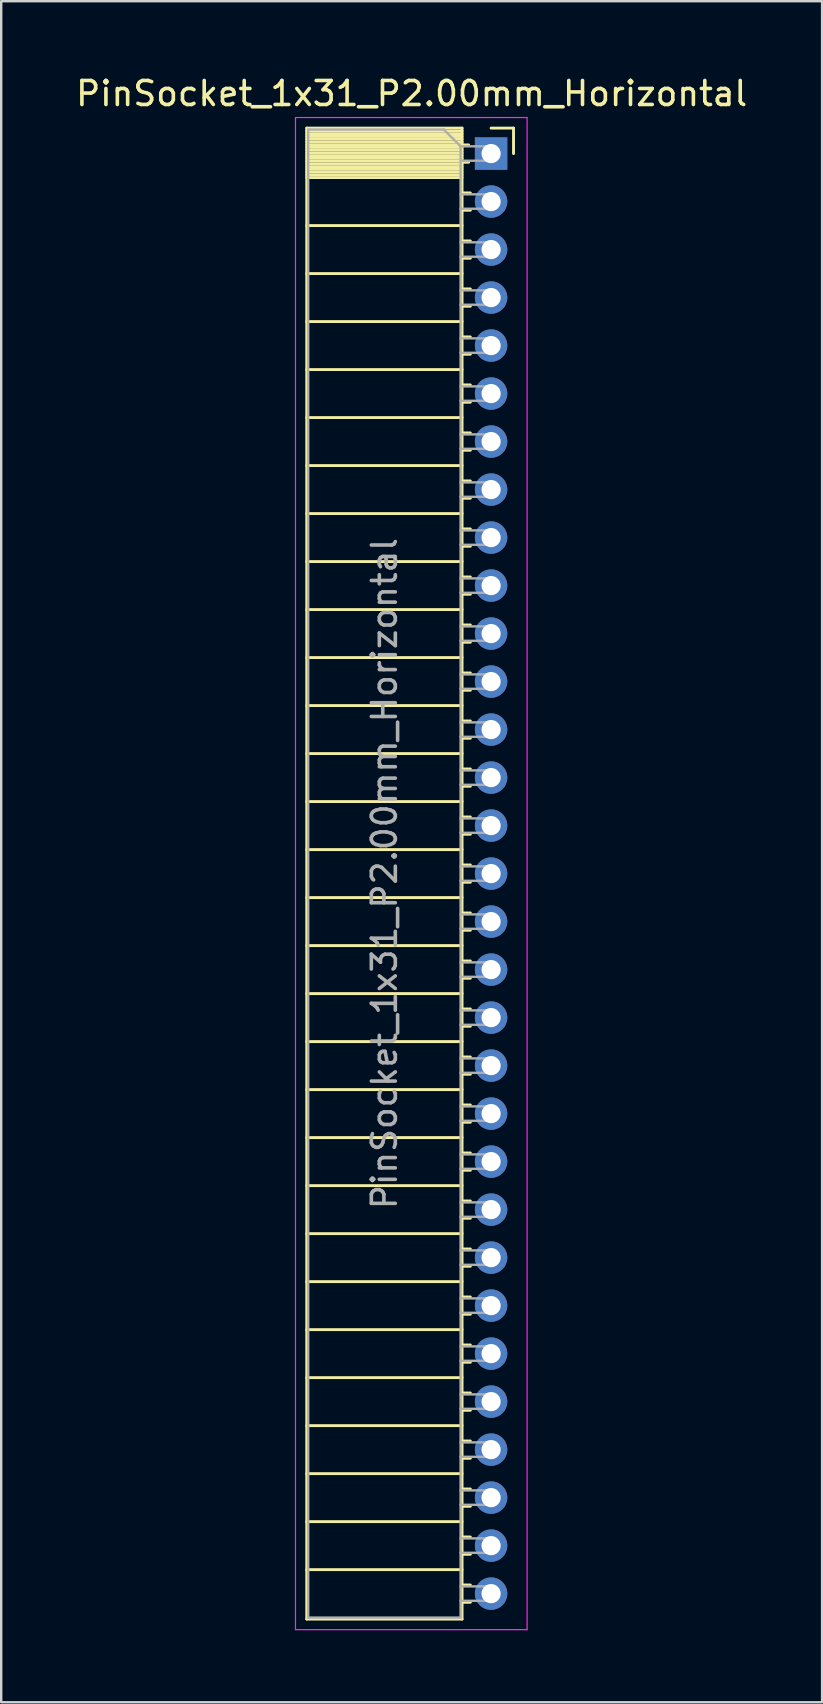
<source format=kicad_pcb>
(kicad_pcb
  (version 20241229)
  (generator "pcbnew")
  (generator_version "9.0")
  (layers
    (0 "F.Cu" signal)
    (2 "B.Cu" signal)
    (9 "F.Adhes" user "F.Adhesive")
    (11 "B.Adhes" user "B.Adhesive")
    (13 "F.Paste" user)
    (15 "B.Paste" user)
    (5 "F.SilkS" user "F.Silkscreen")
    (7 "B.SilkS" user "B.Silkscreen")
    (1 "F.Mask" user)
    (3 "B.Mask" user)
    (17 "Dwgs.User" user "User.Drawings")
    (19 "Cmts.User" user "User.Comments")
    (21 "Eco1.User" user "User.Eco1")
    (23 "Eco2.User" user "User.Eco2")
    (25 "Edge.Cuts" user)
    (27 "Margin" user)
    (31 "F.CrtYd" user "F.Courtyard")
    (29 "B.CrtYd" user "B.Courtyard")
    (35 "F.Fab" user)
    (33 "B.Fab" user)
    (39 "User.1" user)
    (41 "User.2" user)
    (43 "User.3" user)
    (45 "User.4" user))
  (footprint "PinSocket_1x31_P2.00mm_Horizontal"
    (layer "F.Cu")
    (at 17.411 3.348)
    (property "Reference" "PinSocket_1x31_P2.00mm_Horizontal" (at -3.31 -2.5 0) (layer "F.SilkS") (effects (font (size 1 1) (thickness 0.15))))
    (attr through_hole)
    (fp_line (start -7.68 -1.06) (end -7.68 61.06) (stroke (width 0.12) (type solid)) (layer "F.SilkS"))
    (fp_line (start -7.68 -1.06) (end -1.21 -1.06) (stroke (width 0.12) (type solid)) (layer "F.SilkS"))
    (fp_line (start -7.68 -0.94) (end -1.21 -0.94) (stroke (width 0.12) (type solid)) (layer "F.SilkS"))
    (fp_line (start -7.68 -0.826) (end -1.21 -0.826) (stroke (width 0.12) (type solid)) (layer "F.SilkS"))
    (fp_line (start -7.68 -0.712) (end -1.21 -0.712) (stroke (width 0.12) (type solid)) (layer "F.SilkS"))
    (fp_line (start -7.68 -0.598) (end -1.21 -0.598) (stroke (width 0.12) (type solid)) (layer "F.SilkS"))
    (fp_line (start -7.68 -0.484) (end -1.21 -0.484) (stroke (width 0.12) (type solid)) (layer "F.SilkS"))
    (fp_line (start -7.68 -0.369) (end -1.21 -0.369) (stroke (width 0.12) (type solid)) (layer "F.SilkS"))
    (fp_line (start -7.68 -0.255) (end -1.21 -0.255) (stroke (width 0.12) (type solid)) (layer "F.SilkS"))
    (fp_line (start -7.68 -0.141) (end -1.21 -0.141) (stroke (width 0.12) (type solid)) (layer "F.SilkS"))
    (fp_line (start -7.68 -0.027) (end -1.21 -0.027) (stroke (width 0.12) (type solid)) (layer "F.SilkS"))
    (fp_line (start -7.68 0.087) (end -1.21 0.087) (stroke (width 0.12) (type solid)) (layer "F.SilkS"))
    (fp_line (start -7.68 0.201) (end -1.21 0.201) (stroke (width 0.12) (type solid)) (layer "F.SilkS"))
    (fp_line (start -7.68 0.315) (end -1.21 0.315) (stroke (width 0.12) (type solid)) (layer "F.SilkS"))
    (fp_line (start -7.68 0.429) (end -1.21 0.429) (stroke (width 0.12) (type solid)) (layer "F.SilkS"))
    (fp_line (start -7.68 0.544) (end -1.21 0.544) (stroke (width 0.12) (type solid)) (layer "F.SilkS"))
    (fp_line (start -7.68 0.658) (end -1.21 0.658) (stroke (width 0.12) (type solid)) (layer "F.SilkS"))
    (fp_line (start -7.68 0.772) (end -1.21 0.772) (stroke (width 0.12) (type solid)) (layer "F.SilkS"))
    (fp_line (start -7.68 0.886) (end -1.21 0.886) (stroke (width 0.12) (type solid)) (layer "F.SilkS"))
    (fp_line (start -7.68 1) (end -1.21 1) (stroke (width 0.12) (type solid)) (layer "F.SilkS"))
    (fp_line (start -7.68 3) (end -1.21 3) (stroke (width 0.12) (type solid)) (layer "F.SilkS"))
    (fp_line (start -7.68 5) (end -1.21 5) (stroke (width 0.12) (type solid)) (layer "F.SilkS"))
    (fp_line (start -7.68 7) (end -1.21 7) (stroke (width 0.12) (type solid)) (layer "F.SilkS"))
    (fp_line (start -7.68 9) (end -1.21 9) (stroke (width 0.12) (type solid)) (layer "F.SilkS"))
    (fp_line (start -7.68 11) (end -1.21 11) (stroke (width 0.12) (type solid)) (layer "F.SilkS"))
    (fp_line (start -7.68 13) (end -1.21 13) (stroke (width 0.12) (type solid)) (layer "F.SilkS"))
    (fp_line (start -7.68 15) (end -1.21 15) (stroke (width 0.12) (type solid)) (layer "F.SilkS"))
    (fp_line (start -7.68 17) (end -1.21 17) (stroke (width 0.12) (type solid)) (layer "F.SilkS"))
    (fp_line (start -7.68 19) (end -1.21 19) (stroke (width 0.12) (type solid)) (layer "F.SilkS"))
    (fp_line (start -7.68 21) (end -1.21 21) (stroke (width 0.12) (type solid)) (layer "F.SilkS"))
    (fp_line (start -7.68 23) (end -1.21 23) (stroke (width 0.12) (type solid)) (layer "F.SilkS"))
    (fp_line (start -7.68 25) (end -1.21 25) (stroke (width 0.12) (type solid)) (layer "F.SilkS"))
    (fp_line (start -7.68 27) (end -1.21 27) (stroke (width 0.12) (type solid)) (layer "F.SilkS"))
    (fp_line (start -7.68 29) (end -1.21 29) (stroke (width 0.12) (type solid)) (layer "F.SilkS"))
    (fp_line (start -7.68 31) (end -1.21 31) (stroke (width 0.12) (type solid)) (layer "F.SilkS"))
    (fp_line (start -7.68 33) (end -1.21 33) (stroke (width 0.12) (type solid)) (layer "F.SilkS"))
    (fp_line (start -7.68 35) (end -1.21 35) (stroke (width 0.12) (type solid)) (layer "F.SilkS"))
    (fp_line (start -7.68 37) (end -1.21 37) (stroke (width 0.12) (type solid)) (layer "F.SilkS"))
    (fp_line (start -7.68 39) (end -1.21 39) (stroke (width 0.12) (type solid)) (layer "F.SilkS"))
    (fp_line (start -7.68 41) (end -1.21 41) (stroke (width 0.12) (type solid)) (layer "F.SilkS"))
    (fp_line (start -7.68 43) (end -1.21 43) (stroke (width 0.12) (type solid)) (layer "F.SilkS"))
    (fp_line (start -7.68 45) (end -1.21 45) (stroke (width 0.12) (type solid)) (layer "F.SilkS"))
    (fp_line (start -7.68 47) (end -1.21 47) (stroke (width 0.12) (type solid)) (layer "F.SilkS"))
    (fp_line (start -7.68 49) (end -1.21 49) (stroke (width 0.12) (type solid)) (layer "F.SilkS"))
    (fp_line (start -7.68 51) (end -1.21 51) (stroke (width 0.12) (type solid)) (layer "F.SilkS"))
    (fp_line (start -7.68 53) (end -1.21 53) (stroke (width 0.12) (type solid)) (layer "F.SilkS"))
    (fp_line (start -7.68 55) (end -1.21 55) (stroke (width 0.12) (type solid)) (layer "F.SilkS"))
    (fp_line (start -7.68 57) (end -1.21 57) (stroke (width 0.12) (type solid)) (layer "F.SilkS"))
    (fp_line (start -7.68 59) (end -1.21 59) (stroke (width 0.12) (type solid)) (layer "F.SilkS"))
    (fp_line (start -7.68 61.06) (end -1.21 61.06) (stroke (width 0.12) (type solid)) (layer "F.SilkS"))
    (fp_line (start -1.21 -1.06) (end -1.21 61.06) (stroke (width 0.12) (type solid)) (layer "F.SilkS"))
    (fp_line (start -1.21 -0.36) (end -0.935 -0.36) (stroke (width 0.12) (type solid)) (layer "F.SilkS"))
    (fp_line (start -1.21 0.36) (end -0.935 0.36) (stroke (width 0.12) (type solid)) (layer "F.SilkS"))
    (fp_line (start -1.21 1.64) (end -0.863 1.64) (stroke (width 0.12) (type solid)) (layer "F.SilkS"))
    (fp_line (start -1.21 2.36) (end -0.863 2.36) (stroke (width 0.12) (type solid)) (layer "F.SilkS"))
    (fp_line (start -1.21 3.64) (end -0.863 3.64) (stroke (width 0.12) (type solid)) (layer "F.SilkS"))
    (fp_line (start -1.21 4.36) (end -0.863 4.36) (stroke (width 0.12) (type solid)) (layer "F.SilkS"))
    (fp_line (start -1.21 5.64) (end -0.863 5.64) (stroke (width 0.12) (type solid)) (layer "F.SilkS"))
    (fp_line (start -1.21 6.36) (end -0.863 6.36) (stroke (width 0.12) (type solid)) (layer "F.SilkS"))
    (fp_line (start -1.21 7.64) (end -0.863 7.64) (stroke (width 0.12) (type solid)) (layer "F.SilkS"))
    (fp_line (start -1.21 8.36) (end -0.863 8.36) (stroke (width 0.12) (type solid)) (layer "F.SilkS"))
    (fp_line (start -1.21 9.64) (end -0.863 9.64) (stroke (width 0.12) (type solid)) (layer "F.SilkS"))
    (fp_line (start -1.21 10.36) (end -0.863 10.36) (stroke (width 0.12) (type solid)) (layer "F.SilkS"))
    (fp_line (start -1.21 11.64) (end -0.863 11.64) (stroke (width 0.12) (type solid)) (layer "F.SilkS"))
    (fp_line (start -1.21 12.36) (end -0.863 12.36) (stroke (width 0.12) (type solid)) (layer "F.SilkS"))
    (fp_line (start -1.21 13.64) (end -0.863 13.64) (stroke (width 0.12) (type solid)) (layer "F.SilkS"))
    (fp_line (start -1.21 14.36) (end -0.863 14.36) (stroke (width 0.12) (type solid)) (layer "F.SilkS"))
    (fp_line (start -1.21 15.64) (end -0.863 15.64) (stroke (width 0.12) (type solid)) (layer "F.SilkS"))
    (fp_line (start -1.21 16.36) (end -0.863 16.36) (stroke (width 0.12) (type solid)) (layer "F.SilkS"))
    (fp_line (start -1.21 17.64) (end -0.863 17.64) (stroke (width 0.12) (type solid)) (layer "F.SilkS"))
    (fp_line (start -1.21 18.36) (end -0.863 18.36) (stroke (width 0.12) (type solid)) (layer "F.SilkS"))
    (fp_line (start -1.21 19.64) (end -0.863 19.64) (stroke (width 0.12) (type solid)) (layer "F.SilkS"))
    (fp_line (start -1.21 20.36) (end -0.863 20.36) (stroke (width 0.12) (type solid)) (layer "F.SilkS"))
    (fp_line (start -1.21 21.64) (end -0.863 21.64) (stroke (width 0.12) (type solid)) (layer "F.SilkS"))
    (fp_line (start -1.21 22.36) (end -0.863 22.36) (stroke (width 0.12) (type solid)) (layer "F.SilkS"))
    (fp_line (start -1.21 23.64) (end -0.863 23.64) (stroke (width 0.12) (type solid)) (layer "F.SilkS"))
    (fp_line (start -1.21 24.36) (end -0.863 24.36) (stroke (width 0.12) (type solid)) (layer "F.SilkS"))
    (fp_line (start -1.21 25.64) (end -0.863 25.64) (stroke (width 0.12) (type solid)) (layer "F.SilkS"))
    (fp_line (start -1.21 26.36) (end -0.863 26.36) (stroke (width 0.12) (type solid)) (layer "F.SilkS"))
    (fp_line (start -1.21 27.64) (end -0.863 27.64) (stroke (width 0.12) (type solid)) (layer "F.SilkS"))
    (fp_line (start -1.21 28.36) (end -0.863 28.36) (stroke (width 0.12) (type solid)) (layer "F.SilkS"))
    (fp_line (start -1.21 29.64) (end -0.863 29.64) (stroke (width 0.12) (type solid)) (layer "F.SilkS"))
    (fp_line (start -1.21 30.36) (end -0.863 30.36) (stroke (width 0.12) (type solid)) (layer "F.SilkS"))
    (fp_line (start -1.21 31.64) (end -0.863 31.64) (stroke (width 0.12) (type solid)) (layer "F.SilkS"))
    (fp_line (start -1.21 32.36) (end -0.863 32.36) (stroke (width 0.12) (type solid)) (layer "F.SilkS"))
    (fp_line (start -1.21 33.64) (end -0.863 33.64) (stroke (width 0.12) (type solid)) (layer "F.SilkS"))
    (fp_line (start -1.21 34.36) (end -0.863 34.36) (stroke (width 0.12) (type solid)) (layer "F.SilkS"))
    (fp_line (start -1.21 35.64) (end -0.863 35.64) (stroke (width 0.12) (type solid)) (layer "F.SilkS"))
    (fp_line (start -1.21 36.36) (end -0.863 36.36) (stroke (width 0.12) (type solid)) (layer "F.SilkS"))
    (fp_line (start -1.21 37.64) (end -0.863 37.64) (stroke (width 0.12) (type solid)) (layer "F.SilkS"))
    (fp_line (start -1.21 38.36) (end -0.863 38.36) (stroke (width 0.12) (type solid)) (layer "F.SilkS"))
    (fp_line (start -1.21 39.64) (end -0.863 39.64) (stroke (width 0.12) (type solid)) (layer "F.SilkS"))
    (fp_line (start -1.21 40.36) (end -0.863 40.36) (stroke (width 0.12) (type solid)) (layer "F.SilkS"))
    (fp_line (start -1.21 41.64) (end -0.863 41.64) (stroke (width 0.12) (type solid)) (layer "F.SilkS"))
    (fp_line (start -1.21 42.36) (end -0.863 42.36) (stroke (width 0.12) (type solid)) (layer "F.SilkS"))
    (fp_line (start -1.21 43.64) (end -0.863 43.64) (stroke (width 0.12) (type solid)) (layer "F.SilkS"))
    (fp_line (start -1.21 44.36) (end -0.863 44.36) (stroke (width 0.12) (type solid)) (layer "F.SilkS"))
    (fp_line (start -1.21 45.64) (end -0.863 45.64) (stroke (width 0.12) (type solid)) (layer "F.SilkS"))
    (fp_line (start -1.21 46.36) (end -0.863 46.36) (stroke (width 0.12) (type solid)) (layer "F.SilkS"))
    (fp_line (start -1.21 47.64) (end -0.863 47.64) (stroke (width 0.12) (type solid)) (layer "F.SilkS"))
    (fp_line (start -1.21 48.36) (end -0.863 48.36) (stroke (width 0.12) (type solid)) (layer "F.SilkS"))
    (fp_line (start -1.21 49.64) (end -0.863 49.64) (stroke (width 0.12) (type solid)) (layer "F.SilkS"))
    (fp_line (start -1.21 50.36) (end -0.863 50.36) (stroke (width 0.12) (type solid)) (layer "F.SilkS"))
    (fp_line (start -1.21 51.64) (end -0.863 51.64) (stroke (width 0.12) (type solid)) (layer "F.SilkS"))
    (fp_line (start -1.21 52.36) (end -0.863 52.36) (stroke (width 0.12) (type solid)) (layer "F.SilkS"))
    (fp_line (start -1.21 53.64) (end -0.863 53.64) (stroke (width 0.12) (type solid)) (layer "F.SilkS"))
    (fp_line (start -1.21 54.36) (end -0.863 54.36) (stroke (width 0.12) (type solid)) (layer "F.SilkS"))
    (fp_line (start -1.21 55.64) (end -0.863 55.64) (stroke (width 0.12) (type solid)) (layer "F.SilkS"))
    (fp_line (start -1.21 56.36) (end -0.863 56.36) (stroke (width 0.12) (type solid)) (layer "F.SilkS"))
    (fp_line (start -1.21 57.64) (end -0.863 57.64) (stroke (width 0.12) (type solid)) (layer "F.SilkS"))
    (fp_line (start -1.21 58.36) (end -0.863 58.36) (stroke (width 0.12) (type solid)) (layer "F.SilkS"))
    (fp_line (start -1.21 59.64) (end -0.863 59.64) (stroke (width 0.12) (type solid)) (layer "F.SilkS"))
    (fp_line (start -1.21 60.36) (end -0.863 60.36) (stroke (width 0.12) (type solid)) (layer "F.SilkS"))
    (fp_line (start 0 -1.06) (end 0.935 -1.06) (stroke (width 0.12) (type solid)) (layer "F.SilkS"))
    (fp_line (start 0.935 -1.06) (end 0.935 0) (stroke (width 0.12) (type solid)) (layer "F.SilkS"))
    (fp_line (start -8.15 -1.5) (end -8.15 61.5) (stroke (width 0.05) (type solid)) (layer "F.CrtYd"))
    (fp_line (start -8.15 61.5) (end 1.5 61.5) (stroke (width 0.05) (type solid)) (layer "F.CrtYd"))
    (fp_line (start 1.5 -1.5) (end -8.15 -1.5) (stroke (width 0.05) (type solid)) (layer "F.CrtYd"))
    (fp_line (start 1.5 61.5) (end 1.5 -1.5) (stroke (width 0.05) (type solid)) (layer "F.CrtYd"))
    (fp_line (start -7.62 -1) (end -1.97 -1) (stroke (width 0.1) (type solid)) (layer "F.Fab"))
    (fp_line (start -7.62 61) (end -7.62 -1) (stroke (width 0.1) (type solid)) (layer "F.Fab"))
    (fp_line (start -1.97 -1) (end -1.27 -0.3) (stroke (width 0.1) (type solid)) (layer "F.Fab"))
    (fp_line (start -1.27 -0.3) (end -1.27 61) (stroke (width 0.1) (type solid)) (layer "F.Fab"))
    (fp_line (start -1.27 0.3) (end 0 0.3) (stroke (width 0.1) (type solid)) (layer "F.Fab"))
    (fp_line (start -1.27 2.3) (end 0 2.3) (stroke (width 0.1) (type solid)) (layer "F.Fab"))
    (fp_line (start -1.27 4.3) (end 0 4.3) (stroke (width 0.1) (type solid)) (layer "F.Fab"))
    (fp_line (start -1.27 6.3) (end 0 6.3) (stroke (width 0.1) (type solid)) (layer "F.Fab"))
    (fp_line (start -1.27 8.3) (end 0 8.3) (stroke (width 0.1) (type solid)) (layer "F.Fab"))
    (fp_line (start -1.27 10.3) (end 0 10.3) (stroke (width 0.1) (type solid)) (layer "F.Fab"))
    (fp_line (start -1.27 12.3) (end 0 12.3) (stroke (width 0.1) (type solid)) (layer "F.Fab"))
    (fp_line (start -1.27 14.3) (end 0 14.3) (stroke (width 0.1) (type solid)) (layer "F.Fab"))
    (fp_line (start -1.27 16.3) (end 0 16.3) (stroke (width 0.1) (type solid)) (layer "F.Fab"))
    (fp_line (start -1.27 18.3) (end 0 18.3) (stroke (width 0.1) (type solid)) (layer "F.Fab"))
    (fp_line (start -1.27 20.3) (end 0 20.3) (stroke (width 0.1) (type solid)) (layer "F.Fab"))
    (fp_line (start -1.27 22.3) (end 0 22.3) (stroke (width 0.1) (type solid)) (layer "F.Fab"))
    (fp_line (start -1.27 24.3) (end 0 24.3) (stroke (width 0.1) (type solid)) (layer "F.Fab"))
    (fp_line (start -1.27 26.3) (end 0 26.3) (stroke (width 0.1) (type solid)) (layer "F.Fab"))
    (fp_line (start -1.27 28.3) (end 0 28.3) (stroke (width 0.1) (type solid)) (layer "F.Fab"))
    (fp_line (start -1.27 30.3) (end 0 30.3) (stroke (width 0.1) (type solid)) (layer "F.Fab"))
    (fp_line (start -1.27 32.3) (end 0 32.3) (stroke (width 0.1) (type solid)) (layer "F.Fab"))
    (fp_line (start -1.27 34.3) (end 0 34.3) (stroke (width 0.1) (type solid)) (layer "F.Fab"))
    (fp_line (start -1.27 36.3) (end 0 36.3) (stroke (width 0.1) (type solid)) (layer "F.Fab"))
    (fp_line (start -1.27 38.3) (end 0 38.3) (stroke (width 0.1) (type solid)) (layer "F.Fab"))
    (fp_line (start -1.27 40.3) (end 0 40.3) (stroke (width 0.1) (type solid)) (layer "F.Fab"))
    (fp_line (start -1.27 42.3) (end 0 42.3) (stroke (width 0.1) (type solid)) (layer "F.Fab"))
    (fp_line (start -1.27 44.3) (end 0 44.3) (stroke (width 0.1) (type solid)) (layer "F.Fab"))
    (fp_line (start -1.27 46.3) (end 0 46.3) (stroke (width 0.1) (type solid)) (layer "F.Fab"))
    (fp_line (start -1.27 48.3) (end 0 48.3) (stroke (width 0.1) (type solid)) (layer "F.Fab"))
    (fp_line (start -1.27 50.3) (end 0 50.3) (stroke (width 0.1) (type solid)) (layer "F.Fab"))
    (fp_line (start -1.27 52.3) (end 0 52.3) (stroke (width 0.1) (type solid)) (layer "F.Fab"))
    (fp_line (start -1.27 54.3) (end 0 54.3) (stroke (width 0.1) (type solid)) (layer "F.Fab"))
    (fp_line (start -1.27 56.3) (end 0 56.3) (stroke (width 0.1) (type solid)) (layer "F.Fab"))
    (fp_line (start -1.27 58.3) (end 0 58.3) (stroke (width 0.1) (type solid)) (layer "F.Fab"))
    (fp_line (start -1.27 60.3) (end 0 60.3) (stroke (width 0.1) (type solid)) (layer "F.Fab"))
    (fp_line (start -1.27 61) (end -7.62 61) (stroke (width 0.1) (type solid)) (layer "F.Fab"))
    (fp_line (start 0 -0.3) (end -1.27 -0.3) (stroke (width 0.1) (type solid)) (layer "F.Fab"))
    (fp_line (start 0 0.3) (end 0 -0.3) (stroke (width 0.1) (type solid)) (layer "F.Fab"))
    (fp_line (start 0 1.7) (end -1.27 1.7) (stroke (width 0.1) (type solid)) (layer "F.Fab"))
    (fp_line (start 0 2.3) (end 0 1.7) (stroke (width 0.1) (type solid)) (layer "F.Fab"))
    (fp_line (start 0 3.7) (end -1.27 3.7) (stroke (width 0.1) (type solid)) (layer "F.Fab"))
    (fp_line (start 0 4.3) (end 0 3.7) (stroke (width 0.1) (type solid)) (layer "F.Fab"))
    (fp_line (start 0 5.7) (end -1.27 5.7) (stroke (width 0.1) (type solid)) (layer "F.Fab"))
    (fp_line (start 0 6.3) (end 0 5.7) (stroke (width 0.1) (type solid)) (layer "F.Fab"))
    (fp_line (start 0 7.7) (end -1.27 7.7) (stroke (width 0.1) (type solid)) (layer "F.Fab"))
    (fp_line (start 0 8.3) (end 0 7.7) (stroke (width 0.1) (type solid)) (layer "F.Fab"))
    (fp_line (start 0 9.7) (end -1.27 9.7) (stroke (width 0.1) (type solid)) (layer "F.Fab"))
    (fp_line (start 0 10.3) (end 0 9.7) (stroke (width 0.1) (type solid)) (layer "F.Fab"))
    (fp_line (start 0 11.7) (end -1.27 11.7) (stroke (width 0.1) (type solid)) (layer "F.Fab"))
    (fp_line (start 0 12.3) (end 0 11.7) (stroke (width 0.1) (type solid)) (layer "F.Fab"))
    (fp_line (start 0 13.7) (end -1.27 13.7) (stroke (width 0.1) (type solid)) (layer "F.Fab"))
    (fp_line (start 0 14.3) (end 0 13.7) (stroke (width 0.1) (type solid)) (layer "F.Fab"))
    (fp_line (start 0 15.7) (end -1.27 15.7) (stroke (width 0.1) (type solid)) (layer "F.Fab"))
    (fp_line (start 0 16.3) (end 0 15.7) (stroke (width 0.1) (type solid)) (layer "F.Fab"))
    (fp_line (start 0 17.7) (end -1.27 17.7) (stroke (width 0.1) (type solid)) (layer "F.Fab"))
    (fp_line (start 0 18.3) (end 0 17.7) (stroke (width 0.1) (type solid)) (layer "F.Fab"))
    (fp_line (start 0 19.7) (end -1.27 19.7) (stroke (width 0.1) (type solid)) (layer "F.Fab"))
    (fp_line (start 0 20.3) (end 0 19.7) (stroke (width 0.1) (type solid)) (layer "F.Fab"))
    (fp_line (start 0 21.7) (end -1.27 21.7) (stroke (width 0.1) (type solid)) (layer "F.Fab"))
    (fp_line (start 0 22.3) (end 0 21.7) (stroke (width 0.1) (type solid)) (layer "F.Fab"))
    (fp_line (start 0 23.7) (end -1.27 23.7) (stroke (width 0.1) (type solid)) (layer "F.Fab"))
    (fp_line (start 0 24.3) (end 0 23.7) (stroke (width 0.1) (type solid)) (layer "F.Fab"))
    (fp_line (start 0 25.7) (end -1.27 25.7) (stroke (width 0.1) (type solid)) (layer "F.Fab"))
    (fp_line (start 0 26.3) (end 0 25.7) (stroke (width 0.1) (type solid)) (layer "F.Fab"))
    (fp_line (start 0 27.7) (end -1.27 27.7) (stroke (width 0.1) (type solid)) (layer "F.Fab"))
    (fp_line (start 0 28.3) (end 0 27.7) (stroke (width 0.1) (type solid)) (layer "F.Fab"))
    (fp_line (start 0 29.7) (end -1.27 29.7) (stroke (width 0.1) (type solid)) (layer "F.Fab"))
    (fp_line (start 0 30.3) (end 0 29.7) (stroke (width 0.1) (type solid)) (layer "F.Fab"))
    (fp_line (start 0 31.7) (end -1.27 31.7) (stroke (width 0.1) (type solid)) (layer "F.Fab"))
    (fp_line (start 0 32.3) (end 0 31.7) (stroke (width 0.1) (type solid)) (layer "F.Fab"))
    (fp_line (start 0 33.7) (end -1.27 33.7) (stroke (width 0.1) (type solid)) (layer "F.Fab"))
    (fp_line (start 0 34.3) (end 0 33.7) (stroke (width 0.1) (type solid)) (layer "F.Fab"))
    (fp_line (start 0 35.7) (end -1.27 35.7) (stroke (width 0.1) (type solid)) (layer "F.Fab"))
    (fp_line (start 0 36.3) (end 0 35.7) (stroke (width 0.1) (type solid)) (layer "F.Fab"))
    (fp_line (start 0 37.7) (end -1.27 37.7) (stroke (width 0.1) (type solid)) (layer "F.Fab"))
    (fp_line (start 0 38.3) (end 0 37.7) (stroke (width 0.1) (type solid)) (layer "F.Fab"))
    (fp_line (start 0 39.7) (end -1.27 39.7) (stroke (width 0.1) (type solid)) (layer "F.Fab"))
    (fp_line (start 0 40.3) (end 0 39.7) (stroke (width 0.1) (type solid)) (layer "F.Fab"))
    (fp_line (start 0 41.7) (end -1.27 41.7) (stroke (width 0.1) (type solid)) (layer "F.Fab"))
    (fp_line (start 0 42.3) (end 0 41.7) (stroke (width 0.1) (type solid)) (layer "F.Fab"))
    (fp_line (start 0 43.7) (end -1.27 43.7) (stroke (width 0.1) (type solid)) (layer "F.Fab"))
    (fp_line (start 0 44.3) (end 0 43.7) (stroke (width 0.1) (type solid)) (layer "F.Fab"))
    (fp_line (start 0 45.7) (end -1.27 45.7) (stroke (width 0.1) (type solid)) (layer "F.Fab"))
    (fp_line (start 0 46.3) (end 0 45.7) (stroke (width 0.1) (type solid)) (layer "F.Fab"))
    (fp_line (start 0 47.7) (end -1.27 47.7) (stroke (width 0.1) (type solid)) (layer "F.Fab"))
    (fp_line (start 0 48.3) (end 0 47.7) (stroke (width 0.1) (type solid)) (layer "F.Fab"))
    (fp_line (start 0 49.7) (end -1.27 49.7) (stroke (width 0.1) (type solid)) (layer "F.Fab"))
    (fp_line (start 0 50.3) (end 0 49.7) (stroke (width 0.1) (type solid)) (layer "F.Fab"))
    (fp_line (start 0 51.7) (end -1.27 51.7) (stroke (width 0.1) (type solid)) (layer "F.Fab"))
    (fp_line (start 0 52.3) (end 0 51.7) (stroke (width 0.1) (type solid)) (layer "F.Fab"))
    (fp_line (start 0 53.7) (end -1.27 53.7) (stroke (width 0.1) (type solid)) (layer "F.Fab"))
    (fp_line (start 0 54.3) (end 0 53.7) (stroke (width 0.1) (type solid)) (layer "F.Fab"))
    (fp_line (start 0 55.7) (end -1.27 55.7) (stroke (width 0.1) (type solid)) (layer "F.Fab"))
    (fp_line (start 0 56.3) (end 0 55.7) (stroke (width 0.1) (type solid)) (layer "F.Fab"))
    (fp_line (start 0 57.7) (end -1.27 57.7) (stroke (width 0.1) (type solid)) (layer "F.Fab"))
    (fp_line (start 0 58.3) (end 0 57.7) (stroke (width 0.1) (type solid)) (layer "F.Fab"))
    (fp_line (start 0 59.7) (end -1.27 59.7) (stroke (width 0.1) (type solid)) (layer "F.Fab"))
    (fp_line (start 0 60.3) (end 0 59.7) (stroke (width 0.1) (type solid)) (layer "F.Fab"))
    (fp_text user "${REFERENCE}" (at -4.445 30 90) (layer "F.Fab") (effects (font (size 1 1) (thickness 0.15))))
    (pad "1" thru_hole rect (at 0 0) (size 1.35 1.35) (drill 0.8) (layers "*.Cu" "*.Mask"))
    (pad "2" thru_hole circle (at 0 2) (size 1.35 1.35) (drill 0.8) (layers "*.Cu" "*.Mask"))
    (pad "3" thru_hole circle (at 0 4) (size 1.35 1.35) (drill 0.8) (layers "*.Cu" "*.Mask"))
    (pad "4" thru_hole circle (at 0 6) (size 1.35 1.35) (drill 0.8) (layers "*.Cu" "*.Mask"))
    (pad "5" thru_hole circle (at 0 8) (size 1.35 1.35) (drill 0.8) (layers "*.Cu" "*.Mask"))
    (pad "6" thru_hole circle (at 0 10) (size 1.35 1.35) (drill 0.8) (layers "*.Cu" "*.Mask"))
    (pad "7" thru_hole circle (at 0 12) (size 1.35 1.35) (drill 0.8) (layers "*.Cu" "*.Mask"))
    (pad "8" thru_hole circle (at 0 14) (size 1.35 1.35) (drill 0.8) (layers "*.Cu" "*.Mask"))
    (pad "9" thru_hole circle (at 0 16) (size 1.35 1.35) (drill 0.8) (layers "*.Cu" "*.Mask"))
    (pad "10" thru_hole circle (at 0 18) (size 1.35 1.35) (drill 0.8) (layers "*.Cu" "*.Mask"))
    (pad "11" thru_hole circle (at 0 20) (size 1.35 1.35) (drill 0.8) (layers "*.Cu" "*.Mask"))
    (pad "12" thru_hole circle (at 0 22) (size 1.35 1.35) (drill 0.8) (layers "*.Cu" "*.Mask"))
    (pad "13" thru_hole circle (at 0 24) (size 1.35 1.35) (drill 0.8) (layers "*.Cu" "*.Mask"))
    (pad "14" thru_hole circle (at 0 26) (size 1.35 1.35) (drill 0.8) (layers "*.Cu" "*.Mask"))
    (pad "15" thru_hole circle (at 0 28) (size 1.35 1.35) (drill 0.8) (layers "*.Cu" "*.Mask"))
    (pad "16" thru_hole circle (at 0 30) (size 1.35 1.35) (drill 0.8) (layers "*.Cu" "*.Mask"))
    (pad "17" thru_hole circle (at 0 32) (size 1.35 1.35) (drill 0.8) (layers "*.Cu" "*.Mask"))
    (pad "18" thru_hole circle (at 0 34) (size 1.35 1.35) (drill 0.8) (layers "*.Cu" "*.Mask"))
    (pad "19" thru_hole circle (at 0 36) (size 1.35 1.35) (drill 0.8) (layers "*.Cu" "*.Mask"))
    (pad "20" thru_hole circle (at 0 38) (size 1.35 1.35) (drill 0.8) (layers "*.Cu" "*.Mask"))
    (pad "21" thru_hole circle (at 0 40) (size 1.35 1.35) (drill 0.8) (layers "*.Cu" "*.Mask"))
    (pad "22" thru_hole circle (at 0 42) (size 1.35 1.35) (drill 0.8) (layers "*.Cu" "*.Mask"))
    (pad "23" thru_hole circle (at 0 44) (size 1.35 1.35) (drill 0.8) (layers "*.Cu" "*.Mask"))
    (pad "24" thru_hole circle (at 0 46) (size 1.35 1.35) (drill 0.8) (layers "*.Cu" "*.Mask"))
    (pad "25" thru_hole circle (at 0 48) (size 1.35 1.35) (drill 0.8) (layers "*.Cu" "*.Mask"))
    (pad "26" thru_hole circle (at 0 50) (size 1.35 1.35) (drill 0.8) (layers "*.Cu" "*.Mask"))
    (pad "27" thru_hole circle (at 0 52) (size 1.35 1.35) (drill 0.8) (layers "*.Cu" "*.Mask"))
    (pad "28" thru_hole circle (at 0 54) (size 1.35 1.35) (drill 0.8) (layers "*.Cu" "*.Mask"))
    (pad "29" thru_hole circle (at 0 56) (size 1.35 1.35) (drill 0.8) (layers "*.Cu" "*.Mask"))
    (pad "30" thru_hole circle (at 0 58) (size 1.35 1.35) (drill 0.8) (layers "*.Cu" "*.Mask"))
    (pad "31" thru_hole circle (at 0 60) (size 1.35 1.35) (drill 0.8) (layers "*.Cu" "*.Mask")))
  (gr_rect
    (start -3 -3)
    (end 31.202 67.873)
    (stroke (width 0.1) (type default))
    (fill no)
    (layer "Edge.Cuts")))
</source>
